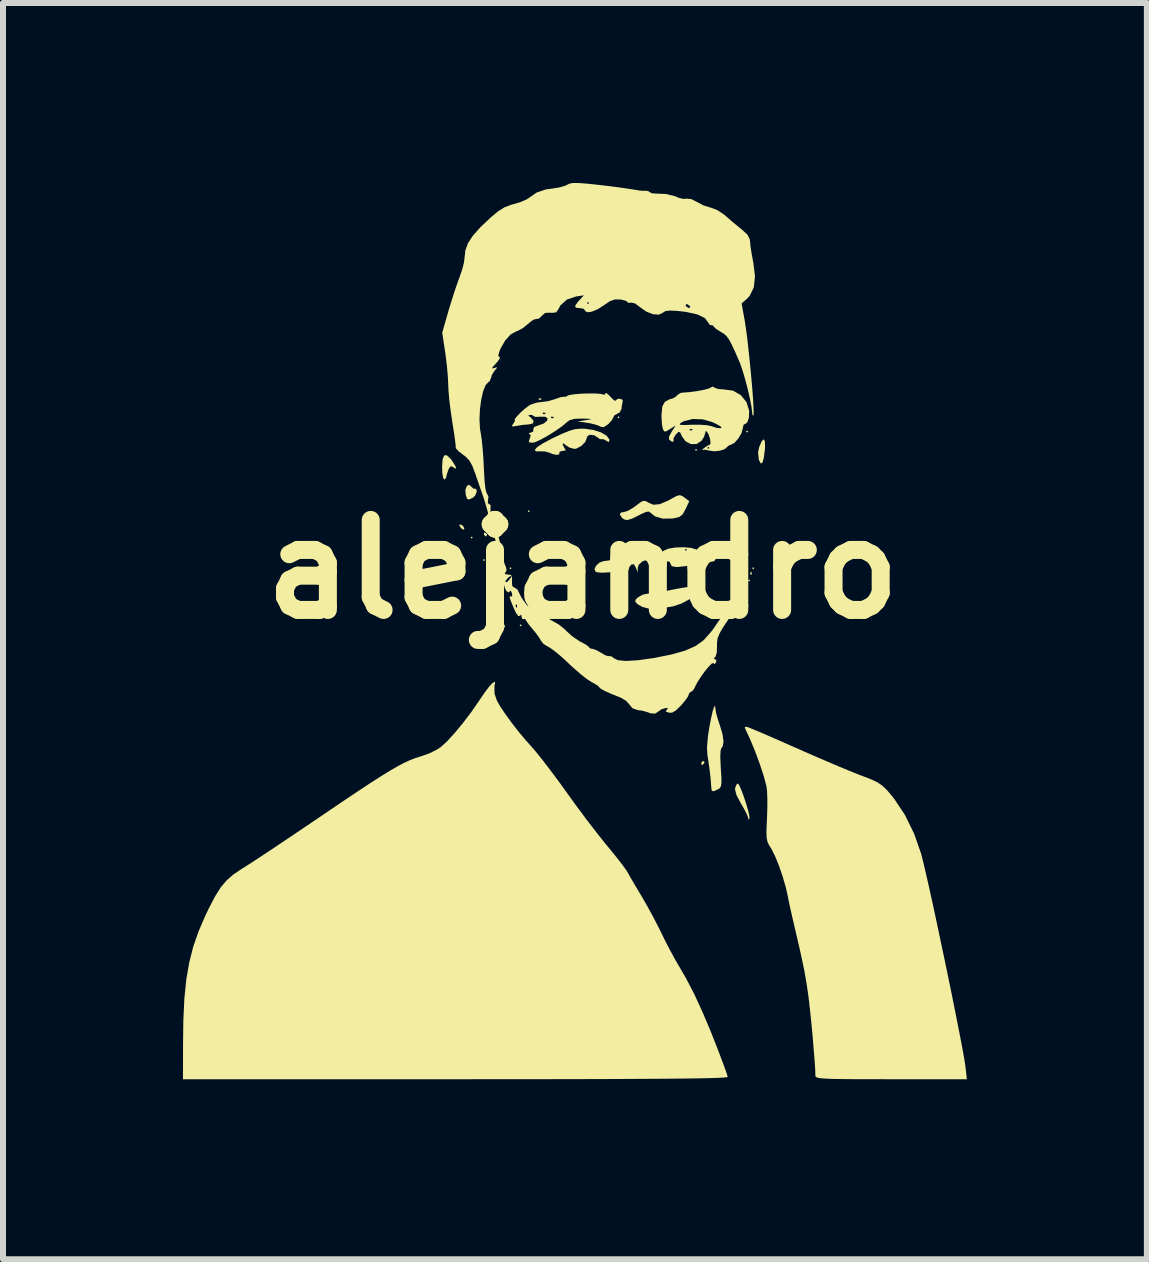
<source format=kicad_pcb>
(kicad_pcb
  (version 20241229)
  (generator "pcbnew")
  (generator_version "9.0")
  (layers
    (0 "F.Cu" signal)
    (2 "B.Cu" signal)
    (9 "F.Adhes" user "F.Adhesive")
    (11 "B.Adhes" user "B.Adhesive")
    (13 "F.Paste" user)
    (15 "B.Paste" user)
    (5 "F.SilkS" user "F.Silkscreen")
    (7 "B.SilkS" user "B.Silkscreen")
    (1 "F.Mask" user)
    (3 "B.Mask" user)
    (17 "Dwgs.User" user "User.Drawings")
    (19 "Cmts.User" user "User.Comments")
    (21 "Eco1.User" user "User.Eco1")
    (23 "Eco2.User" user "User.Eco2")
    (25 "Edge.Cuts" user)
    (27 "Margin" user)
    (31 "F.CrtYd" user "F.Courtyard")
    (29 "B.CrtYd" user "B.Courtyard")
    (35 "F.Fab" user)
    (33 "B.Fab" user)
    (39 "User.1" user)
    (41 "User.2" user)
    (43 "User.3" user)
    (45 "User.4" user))
  (footprint "alejandro"
    (layer "F.Cu")
    (at 6.665 6.438)
    (property "Reference" "alejandro" (at 0 0 0) (layer "F.SilkS") (effects (font (size 1.5 1.5) (thickness 0.3))))
    (attr board_only exclude_from_pos_files exclude_from_bom)
    (fp_poly (pts (xy -1.836 -0.527) (xy -1.853 -0.51) (xy -1.87 -0.527) (xy -1.853 -0.544)) (stroke (width 0) (type solid)) (fill yes) (layer "F.SilkS"))
    (fp_poly (pts (xy -1.632 -0.153) (xy -1.649 -0.136) (xy -1.666 -0.153) (xy -1.649 -0.17)) (stroke (width 0) (type solid)) (fill yes) (layer "F.SilkS"))
    (fp_poly (pts (xy -1.53 -0.119) (xy -1.547 -0.102) (xy -1.564 -0.119) (xy -1.547 -0.136)) (stroke (width 0) (type solid)) (fill yes) (layer "F.SilkS"))
    (fp_poly (pts (xy -1.36 -0.017) (xy -1.377 0) (xy -1.394 -0.017) (xy -1.377 -0.034)) (stroke (width 0) (type solid)) (fill yes) (layer "F.SilkS"))
    (fp_poly (pts (xy -1.19 -0.017) (xy -1.207 0) (xy -1.224 -0.017) (xy -1.207 -0.034)) (stroke (width 0) (type solid)) (fill yes) (layer "F.SilkS"))
    (fp_poly (pts (xy -1.02 0.935) (xy -1.037 0.952) (xy -1.054 0.935) (xy -1.037 0.918)) (stroke (width 0) (type solid)) (fill yes) (layer "F.SilkS"))
    (fp_poly (pts (xy -0.884 -0.969) (xy -0.901 -0.952) (xy -0.918 -0.969) (xy -0.901 -0.986)) (stroke (width 0) (type solid)) (fill yes) (layer "F.SilkS"))
    (fp_poly (pts (xy 0.612 -2.533) (xy 0.595 -2.516) (xy 0.578 -2.533) (xy 0.595 -2.55)) (stroke (width 0) (type solid)) (fill yes) (layer "F.SilkS"))
    (fp_poly (pts (xy 1.904 -1.989) (xy 1.887 -1.972) (xy 1.87 -1.989) (xy 1.887 -2.006)) (stroke (width 0) (type solid)) (fill yes) (layer "F.SilkS"))
    (fp_poly (pts (xy 2.754 -2.295) (xy 2.737 -2.278) (xy 2.72 -2.295) (xy 2.737 -2.312)) (stroke (width 0) (type solid)) (fill yes) (layer "F.SilkS"))
    (fp_poly (pts (xy 2.754 0.255) (xy 2.737 0.272) (xy 2.72 0.255) (xy 2.737 0.238)) (stroke (width 0) (type solid)) (fill yes) (layer "F.SilkS"))
    (fp_poly (pts (xy 2.788 0.187) (xy 2.771 0.204) (xy 2.754 0.187) (xy 2.771 0.17)) (stroke (width 0) (type solid)) (fill yes) (layer "F.SilkS"))
    (fp_poly (pts (xy 2.856 -0.017) (xy 2.839 0) (xy 2.822 -0.017) (xy 2.839 -0.034)) (stroke (width 0) (type solid)) (fill yes) (layer "F.SilkS"))
    (fp_poly (pts (xy -1.303 0.929) (xy -1.299 0.97) (xy -1.303 0.975) (xy -1.324 0.97) (xy -1.326 0.952) (xy -1.314 0.924)) (stroke (width 0) (type solid)) (fill yes) (layer "F.SilkS"))
    (fp_poly (pts (xy -0.691 -2.845) (xy -0.696 -2.825) (xy -0.714 -2.822) (xy -0.742 -2.835) (xy -0.737 -2.845) (xy -0.696 -2.849)) (stroke (width 0) (type solid)) (fill yes) (layer "F.SilkS"))
    (fp_poly (pts (xy 2.811 0.045) (xy 2.815 0.086) (xy 2.811 0.091) (xy 2.791 0.086) (xy 2.788 0.068) (xy 2.801 0.04)) (stroke (width 0) (type solid)) (fill yes) (layer "F.SilkS"))
    (fp_poly (pts (xy -2.002 -0.727) (xy -1.976 -0.685) (xy -1.981 -0.66) (xy -2.012 -0.669) (xy -2.039 -0.696) (xy -2.061 -0.739) (xy -2.046 -0.748)) (stroke (width 0) (type solid)) (fill yes) (layer "F.SilkS"))
    (fp_poly (pts (xy -1.6 -0.587) (xy -1.598 -0.578) (xy -1.61 -0.545) (xy -1.613 -0.544) (xy -1.642 -0.568) (xy -1.649 -0.578) (xy -1.646 -0.609) (xy -1.634 -0.612)) (stroke (width 0) (type solid)) (fill yes) (layer "F.SilkS"))
    (fp_poly (pts (xy 2.028 3.217) (xy 2.023 3.23) (xy 1.993 3.263) (xy 1.987 3.264) (xy 1.973 3.238) (xy 1.972 3.23) (xy 1.998 3.198) (xy 2.008 3.196)) (stroke (width 0) (type solid)) (fill yes) (layer "F.SilkS"))
    (fp_poly (pts (xy 3.034 -2.132) (xy 3.037 -2.036) (xy 3.034 -1.999) (xy 3.016 -1.854) (xy 2.993 -1.775) (xy 2.966 -1.763) (xy 2.936 -1.818) (xy 2.934 -1.823) (xy 2.92 -1.95) (xy 2.94 -2.038) (xy 2.982 -2.135) (xy 3.014 -2.166)) (stroke (width 0) (type solid)) (fill yes) (layer "F.SilkS"))
    (fp_poly (pts (xy -1.866 -1.385) (xy -1.862 -1.379) (xy -1.822 -1.342) (xy -1.8 -1.344) (xy -1.775 -1.333) (xy -1.768 -1.295) (xy -1.796 -1.225) (xy -1.834 -1.191) (xy -1.9 -1.161) (xy -1.931 -1.176) (xy -1.953 -1.244) (xy -1.958 -1.322) (xy -1.937 -1.382) (xy -1.903 -1.409)) (stroke (width 0) (type solid)) (fill yes) (layer "F.SilkS"))
    (fp_poly (pts (xy 2.606 3.6) (xy 2.641 3.678) (xy 2.681 3.785) (xy 2.721 3.905) (xy 2.754 4.018) (xy 2.775 4.108) (xy 2.777 4.155) (xy 2.762 4.177) (xy 2.757 4.149) (xy 2.739 4.095) (xy 2.693 4.005) (xy 2.637 3.908) (xy 2.561 3.766) (xy 2.536 3.667) (xy 2.539 3.644) (xy 2.563 3.586) (xy 2.582 3.57)) (stroke (width 0) (type solid)) (fill yes) (layer "F.SilkS"))
    (fp_poly (pts (xy -2.201 -1.836) (xy -2.178 -1.805) (xy -2.126 -1.723) (xy -2.11 -1.679) (xy -2.134 -1.681) (xy -2.159 -1.7) (xy -2.199 -1.719) (xy -2.229 -1.686) (xy -2.244 -1.651) (xy -2.269 -1.574) (xy -2.278 -1.528) (xy -2.304 -1.497) (xy -2.312 -1.496) (xy -2.33 -1.527) (xy -2.343 -1.608) (xy -2.346 -1.7) (xy -2.338 -1.832) (xy -2.311 -1.898) (xy -2.266 -1.899)) (stroke (width 0) (type solid)) (fill yes) (layer "F.SilkS"))
    (fp_poly (pts (xy 1.842 0.293) (xy 1.866 0.337) (xy 1.87 0.376) (xy 1.839 0.442) (xy 1.758 0.511) (xy 1.643 0.572) (xy 1.511 0.617) (xy 1.449 0.628) (xy 1.345 0.644) (xy 1.266 0.656) (xy 1.245 0.66) (xy 1.187 0.662) (xy 1.099 0.656) (xy 1.094 0.655) (xy 0.994 0.629) (xy 0.917 0.586) (xy 0.873 0.542) (xy 0.879 0.508) (xy 0.918 0.469) (xy 1.002 0.422) (xy 1.078 0.408) (xy 1.153 0.401) (xy 1.273 0.382) (xy 1.419 0.356) (xy 1.493 0.341) (xy 1.634 0.314) (xy 1.749 0.297) (xy 1.824 0.29)) (stroke (width 0) (type solid)) (fill yes) (layer "F.SilkS"))
    (fp_poly (pts (xy 2.21 2.32) (xy 2.21 2.332) (xy 2.222 2.4) (xy 2.251 2.503) (xy 2.278 2.584) (xy 2.327 2.745) (xy 2.345 2.871) (xy 2.331 2.954) (xy 2.312 2.976) (xy 2.296 3.021) (xy 2.291 3.128) (xy 2.298 3.291) (xy 2.299 3.314) (xy 2.309 3.463) (xy 2.31 3.559) (xy 2.302 3.615) (xy 2.283 3.648) (xy 2.251 3.669) (xy 2.18 3.701) (xy 2.148 3.691) (xy 2.14 3.631) (xy 2.14 3.63) (xy 2.13 3.495) (xy 2.111 3.328) (xy 2.087 3.163) (xy 2.077 3.108) (xy 2.069 2.971) (xy 2.086 2.777) (xy 2.107 2.64) (xy 2.138 2.48) (xy 2.165 2.362) (xy 2.188 2.292) (xy 2.203 2.276)) (stroke (width 0) (type solid)) (fill yes) (layer "F.SilkS"))
    (fp_poly (pts (xy 1.662 -1.218) (xy 1.695 -1.194) (xy 1.774 -1.134) (xy 1.711 -1.001) (xy 1.664 -0.915) (xy 1.608 -0.871) (xy 1.517 -0.849) (xy 1.496 -0.846) (xy 1.332 -0.843) (xy 1.203 -0.881) (xy 1.135 -0.936) (xy 1.105 -0.961) (xy 1.058 -0.957) (xy 0.978 -0.922) (xy 0.938 -0.901) (xy 0.82 -0.843) (xy 0.742 -0.82) (xy 0.688 -0.83) (xy 0.653 -0.857) (xy 0.615 -0.915) (xy 0.638 -0.947) (xy 0.682 -0.952) (xy 0.749 -0.973) (xy 0.839 -1.025) (xy 0.884 -1.058) (xy 0.964 -1.119) (xy 1.015 -1.142) (xy 1.059 -1.131) (xy 1.092 -1.11) (xy 1.176 -1.075) (xy 1.279 -1.084) (xy 1.412 -1.139) (xy 1.479 -1.176) (xy 1.564 -1.222) (xy 1.617 -1.235)) (stroke (width 0) (type solid)) (fill yes) (layer "F.SilkS"))
    (fp_poly (pts (xy 0.031 -2.342) (xy 0.173 -2.322) (xy 0.299 -2.282) (xy 0.394 -2.228) (xy 0.44 -2.167) (xy 0.442 -2.152) (xy 0.433 -2.118) (xy 0.396 -2.138) (xy 0.39 -2.143) (xy 0.339 -2.169) (xy 0.318 -2.166) (xy 0.282 -2.17) (xy 0.249 -2.195) (xy 0.183 -2.235) (xy 0.116 -2.241) (xy 0.073 -2.214) (xy 0.068 -2.193) (xy 0.04 -2.121) (xy -0.029 -2.052) (xy -0.111 -2.01) (xy -0.142 -2.006) (xy -0.224 -2.028) (xy -0.28 -2.065) (xy -0.326 -2.1) (xy -0.336 -2.086) (xy -0.334 -2.073) (xy -0.303 -2.012) (xy -0.289 -1.998) (xy -0.29 -1.979) (xy -0.334 -1.973) (xy -0.386 -1.96) (xy -0.391 -1.938) (xy -0.397 -1.912) (xy -0.445 -1.907) (xy -0.512 -1.922) (xy -0.552 -1.941) (xy -0.631 -1.963) (xy -0.701 -1.965) (xy -0.782 -1.965) (xy -0.801 -1.989) (xy -0.763 -2.034) (xy -0.668 -2.097) (xy -0.52 -2.176) (xy -0.489 -2.191) (xy -0.332 -2.264) (xy -0.218 -2.31) (xy -0.126 -2.335) (xy -0.04 -2.343)) (stroke (width 0) (type solid)) (fill yes) (layer "F.SilkS"))
    (fp_poly (pts (xy 1.807 -0.355) (xy 1.893 -0.329) (xy 1.976 -0.297) (xy 2.027 -0.308) (xy 2.034 -0.314) (xy 2.079 -0.33) (xy 2.14 -0.291) (xy 2.141 -0.29) (xy 2.192 -0.226) (xy 2.211 -0.167) (xy 2.191 -0.135) (xy 2.185 -0.133) (xy 2.134 -0.124) (xy 2.091 -0.113) (xy 1.993 -0.093) (xy 1.857 -0.071) (xy 1.715 -0.052) (xy 1.595 -0.039) (xy 1.556 -0.037) (xy 1.482 -0.05) (xy 1.462 -0.089) (xy 1.448 -0.124) (xy 1.393 -0.133) (xy 1.335 -0.128) (xy 1.237 -0.126) (xy 1.163 -0.14) (xy 1.156 -0.144) (xy 1.078 -0.159) (xy 0.994 -0.132) (xy 0.932 -0.075) (xy 0.916 -0.026) (xy 0.914 0.051) (xy 0.882 -0.029) (xy 0.851 -0.083) (xy 0.814 -0.08) (xy 0.799 -0.068) (xy 0.766 -0.02) (xy 0.767 0.004) (xy 0.752 0.025) (xy 0.691 0.034) (xy 0.599 0.038) (xy 0.478 0.048) (xy 0.425 0.053) (xy 0.318 0.058) (xy 0.237 0.051) (xy 0.213 0.042) (xy 0.194 -0.002) (xy 0.22 -0.059) (xy 0.276 -0.11) (xy 0.346 -0.136) (xy 0.357 -0.136) (xy 0.45 -0.149) (xy 0.533 -0.173) (xy 0.642 -0.204) (xy 0.734 -0.22) (xy 0.894 -0.24) (xy 1.04 -0.265) (xy 1.152 -0.293) (xy 1.197 -0.31) (xy 1.257 -0.32) (xy 1.276 -0.304) (xy 1.314 -0.289) (xy 1.345 -0.307) (xy 1.38 -0.323) (xy 1.7 -0.323) (xy 1.717 -0.306) (xy 1.734 -0.323) (xy 1.717 -0.34) (xy 1.7 -0.323) (xy 1.38 -0.323) (xy 1.424 -0.342) (xy 1.544 -0.362) (xy 1.68 -0.367)) (stroke (width 0) (type solid)) (fill yes) (layer "F.SilkS"))
    (fp_poly (pts (xy 2.76 2.636) (xy 2.812 2.657) (xy 2.917 2.701) (xy 3.065 2.764) (xy 3.246 2.843) (xy 3.45 2.933) (xy 3.593 2.996) (xy 3.822 3.097) (xy 4.048 3.194) (xy 4.256 3.283) (xy 4.436 3.358) (xy 4.572 3.413) (xy 4.62 3.431) (xy 4.783 3.493) (xy 4.901 3.547) (xy 4.99 3.606) (xy 5.071 3.683) (xy 5.162 3.792) (xy 5.191 3.829) (xy 5.37 4.098) (xy 5.523 4.411) (xy 5.639 4.744) (xy 5.643 4.76) (xy 5.675 4.886) (xy 5.717 5.066) (xy 5.768 5.29) (xy 5.826 5.551) (xy 5.888 5.839) (xy 5.953 6.146) (xy 6.02 6.462) (xy 6.086 6.78) (xy 6.15 7.091) (xy 6.209 7.385) (xy 6.262 7.654) (xy 6.308 7.89) (xy 6.344 8.084) (xy 6.368 8.226) (xy 6.378 8.295) (xy 6.401 8.501) (xy 5.139 8.501) (xy 4.812 8.5) (xy 4.547 8.5) (xy 4.337 8.498) (xy 4.176 8.496) (xy 4.057 8.491) (xy 3.974 8.485) (xy 3.921 8.478) (xy 3.892 8.467) (xy 3.879 8.454) (xy 3.876 8.441) (xy 3.873 8.342) (xy 3.863 8.191) (xy 3.848 8.004) (xy 3.831 7.796) (xy 3.811 7.584) (xy 3.79 7.382) (xy 3.771 7.208) (xy 3.758 7.105) (xy 3.737 6.958) (xy 3.715 6.824) (xy 3.691 6.689) (xy 3.66 6.539) (xy 3.621 6.36) (xy 3.57 6.139) (xy 3.522 5.933) (xy 3.485 5.773) (xy 3.451 5.622) (xy 3.426 5.503) (xy 3.418 5.458) (xy 3.382 5.3) (xy 3.33 5.12) (xy 3.268 4.94) (xy 3.204 4.782) (xy 3.145 4.665) (xy 3.137 4.652) (xy 3.099 4.591) (xy 3.075 4.536) (xy 3.063 4.47) (xy 3.06 4.377) (xy 3.065 4.241) (xy 3.07 4.139) (xy 3.075 3.969) (xy 3.075 3.81) (xy 3.069 3.683) (xy 3.061 3.621) (xy 3.017 3.453) (xy 2.95 3.249) (xy 2.87 3.032) (xy 2.785 2.827) (xy 2.713 2.674) (xy 2.697 2.631) (xy 2.727 2.627)) (stroke (width 0) (type solid)) (fill yes) (layer "F.SilkS"))
    (fp_poly (pts (xy -1.462 1.892) (xy -1.474 1.948) (xy -1.472 2.074) (xy -1.434 2.186) (xy -1.383 2.278) (xy -1.298 2.405) (xy -1.192 2.552) (xy -1.075 2.703) (xy -0.959 2.842) (xy -0.88 2.93) (xy -0.792 3.031) (xy -0.675 3.176) (xy -0.537 3.356) (xy -0.386 3.559) (xy -0.306 3.67) (xy -0.107 3.946) (xy 0.068 4.181) (xy 0.23 4.391) (xy 0.39 4.592) (xy 0.466 4.683) (xy 0.569 4.811) (xy 0.66 4.928) (xy 0.726 5.02) (xy 0.754 5.065) (xy 0.79 5.131) (xy 0.852 5.238) (xy 0.929 5.367) (xy 0.973 5.44) (xy 1.07 5.608) (xy 1.177 5.804) (xy 1.274 5.993) (xy 1.303 6.052) (xy 1.383 6.215) (xy 1.469 6.379) (xy 1.546 6.52) (xy 1.577 6.572) (xy 1.723 6.824) (xy 1.859 7.086) (xy 1.992 7.375) (xy 2.132 7.706) (xy 2.192 7.858) (xy 2.264 8.042) (xy 2.326 8.206) (xy 2.374 8.338) (xy 2.405 8.427) (xy 2.414 8.462) (xy 2.397 8.468) (xy 2.342 8.473) (xy 2.249 8.478) (xy 2.114 8.482) (xy 1.935 8.486) (xy 1.71 8.489) (xy 1.436 8.492) (xy 1.111 8.494) (xy 0.732 8.496) (xy 0.298 8.498) (xy -0.194 8.499) (xy -0.747 8.5) (xy -1.363 8.5) (xy -2.045 8.501) (xy -2.125 8.501) (xy -6.665 8.501) (xy -6.664 7.931) (xy -6.659 7.516) (xy -6.642 7.156) (xy -6.61 6.84) (xy -6.561 6.556) (xy -6.494 6.291) (xy -6.405 6.035) (xy -6.293 5.775) (xy -6.235 5.654) (xy -6.132 5.456) (xy -6.038 5.306) (xy -5.94 5.188) (xy -5.824 5.087) (xy -5.677 4.988) (xy -5.619 4.952) (xy -5.551 4.909) (xy -5.434 4.833) (xy -5.275 4.728) (xy -5.083 4.6) (xy -4.864 4.453) (xy -4.625 4.292) (xy -4.375 4.123) (xy -4.337 4.097) (xy -4.024 3.885) (xy -3.761 3.709) (xy -3.541 3.563) (xy -3.358 3.446) (xy -3.207 3.353) (xy -3.08 3.28) (xy -2.973 3.224) (xy -2.878 3.181) (xy -2.789 3.147) (xy -2.701 3.119) (xy -2.684 3.114) (xy -2.552 3.066) (xy -2.425 3.002) (xy -2.372 2.967) (xy -2.268 2.874) (xy -2.142 2.736) (xy -2.002 2.568) (xy -1.862 2.384) (xy -1.732 2.196) (xy -1.722 2.181) (xy -1.644 2.066) (xy -1.572 1.969) (xy -1.519 1.909) (xy -1.513 1.904) (xy -1.471 1.874)) (stroke (width 0) (type solid)) (fill yes) (layer "F.SilkS"))
    (fp_poly (pts (xy 2.19 -3.029) (xy 2.255 -3.004) (xy 2.348 -2.997) (xy 2.351 -2.997) (xy 2.505 -2.976) (xy 2.634 -2.901) (xy 2.727 -2.786) (xy 2.772 -2.643) (xy 2.768 -2.526) (xy 2.743 -2.452) (xy 2.712 -2.424) (xy 2.708 -2.425) (xy 2.678 -2.407) (xy 2.666 -2.348) (xy 2.643 -2.265) (xy 2.59 -2.177) (xy 2.525 -2.105) (xy 2.465 -2.074) (xy 2.462 -2.074) (xy 2.415 -2.051) (xy 2.409 -2.04) (xy 2.365 -2.002) (xy 2.282 -1.975) (xy 2.187 -1.966) (xy 2.113 -1.977) (xy 2.037 -1.992) (xy 1.995 -1.987) (xy 1.987 -1.989) (xy 2.021 -2.021) (xy 2.025 -2.023) (xy 2.074 -2.023) (xy 2.091 -2.006) (xy 2.108 -2.023) (xy 2.091 -2.04) (xy 2.074 -2.023) (xy 2.025 -2.023) (xy 2.082 -2.062) (xy 2.115 -2.074) (xy 2.129 -2.102) (xy 2.121 -2.168) (xy 2.096 -2.247) (xy 2.067 -2.295) (xy 2.046 -2.302) (xy 2.04 -2.272) (xy 2.02 -2.207) (xy 1.979 -2.142) (xy 1.897 -2.087) (xy 1.801 -2.086) (xy 1.711 -2.133) (xy 1.652 -2.214) (xy 1.621 -2.281) (xy 1.595 -2.29) (xy 1.553 -2.25) (xy 1.55 -2.247) (xy 1.512 -2.186) (xy 1.512 -2.145) (xy 1.509 -2.123) (xy 1.481 -2.129) (xy 1.437 -2.16) (xy 1.437 -2.212) (xy 1.484 -2.299) (xy 1.488 -2.305) (xy 1.507 -2.335) (xy 1.779 -2.335) (xy 1.784 -2.315) (xy 1.802 -2.312) (xy 1.83 -2.325) (xy 1.825 -2.335) (xy 1.784 -2.339) (xy 1.779 -2.335) (xy 1.507 -2.335) (xy 1.547 -2.397) (xy 1.453 -2.336) (xy 1.388 -2.298) (xy 1.356 -2.297) (xy 1.335 -2.335) (xy 1.334 -2.336) (xy 1.32 -2.404) (xy 1.319 -2.418) (xy 1.611 -2.418) (xy 1.629 -2.406) (xy 1.697 -2.404) (xy 1.815 -2.408) (xy 1.949 -2.409) (xy 2.067 -2.401) (xy 2.142 -2.385) (xy 2.238 -2.354) (xy 2.299 -2.351) (xy 2.312 -2.365) (xy 2.284 -2.388) (xy 2.212 -2.427) (xy 2.154 -2.454) (xy 1.995 -2.499) (xy 1.83 -2.504) (xy 1.686 -2.468) (xy 1.634 -2.44) (xy 1.611 -2.418) (xy 1.319 -2.418) (xy 1.312 -2.511) (xy 1.311 -2.579) (xy 1.324 -2.712) (xy 1.368 -2.792) (xy 1.45 -2.835) (xy 1.493 -2.844) (xy 1.553 -2.878) (xy 1.568 -2.896) (xy 1.623 -2.937) (xy 1.657 -2.943) (xy 1.776 -2.952) (xy 1.903 -2.969) (xy 2.018 -2.99) (xy 2.103 -3.013) (xy 2.142 -3.033) (xy 2.142 -3.035) (xy 2.162 -3.046)) (stroke (width 0) (type solid)) (fill yes) (layer "F.SilkS"))
    (fp_poly (pts (xy 0.439 -2.898) (xy 0.459 -2.876) (xy 0.512 -2.822) (xy 0.542 -2.805) (xy 0.544 -2.81) (xy 0.573 -2.836) (xy 0.613 -2.842) (xy 0.663 -2.825) (xy 0.664 -2.795) (xy 0.649 -2.722) (xy 0.646 -2.68) (xy 0.617 -2.615) (xy 0.578 -2.594) (xy 0.523 -2.563) (xy 0.51 -2.535) (xy 0.486 -2.487) (xy 0.429 -2.424) (xy 0.422 -2.418) (xy 0.35 -2.369) (xy 0.299 -2.373) (xy 0.292 -2.378) (xy 0.234 -2.404) (xy 0.137 -2.429) (xy 0.082 -2.439) (xy -0.085 -2.464) (xy 0.051 -2.485) (xy 0.122 -2.497) (xy 0.138 -2.504) (xy 0.095 -2.508) (xy -0.006 -2.511) (xy -0.138 -2.507) (xy -0.221 -2.484) (xy -0.259 -2.457) (xy -0.341 -2.387) (xy -0.453 -2.308) (xy -0.577 -2.23) (xy -0.695 -2.164) (xy -0.791 -2.12) (xy -0.839 -2.108) (xy -0.896 -2.116) (xy -0.897 -2.151) (xy -0.886 -2.173) (xy -0.869 -2.232) (xy -0.893 -2.256) (xy -0.902 -2.27) (xy -0.872 -2.275) (xy -0.826 -2.296) (xy -0.827 -2.325) (xy -0.814 -2.369) (xy -0.754 -2.393) (xy -0.654 -2.428) (xy -0.597 -2.473) (xy -0.587 -2.515) (xy -0.622 -2.539) (xy -0.533 -2.539) (xy -0.528 -2.519) (xy -0.51 -2.516) (xy -0.482 -2.529) (xy -0.487 -2.539) (xy -0.528 -2.543) (xy -0.533 -2.539) (xy -0.622 -2.539) (xy -0.627 -2.542) (xy -0.718 -2.542) (xy -0.788 -2.539) (xy -0.816 -2.55) (xy -0.844 -2.57) (xy -0.872 -2.573) (xy -0.909 -2.569) (xy -0.891 -2.546) (xy -0.872 -2.532) (xy -0.821 -2.475) (xy -0.832 -2.431) (xy -0.897 -2.414) (xy -0.988 -2.407) (xy -1.092 -2.391) (xy -1.166 -2.38) (xy -1.185 -2.389) (xy -1.16 -2.425) (xy -1.132 -2.47) (xy -1.135 -2.482) (xy -1.135 -2.502) (xy -1.097 -2.55) (xy -1.042 -2.607) (xy -0.669 -2.607) (xy -0.664 -2.587) (xy -0.646 -2.584) (xy -0.618 -2.597) (xy -0.623 -2.607) (xy -0.664 -2.611) (xy -0.669 -2.607) (xy -1.042 -2.607) (xy -1.036 -2.614) (xy -0.965 -2.677) (xy -0.899 -2.727) (xy -0.877 -2.741) (xy -0.772 -2.776) (xy -0.681 -2.788) (xy -0.577 -2.802) (xy -0.464 -2.835) (xy -0.454 -2.839) (xy -0.37 -2.868) (xy -0.312 -2.875) (xy -0.305 -2.873) (xy -0.27 -2.88) (xy -0.266 -2.887) (xy -0.229 -2.903) (xy -0.144 -2.916) (xy -0.029 -2.926) (xy 0.096 -2.93) (xy 0.211 -2.929) (xy 0.298 -2.922) (xy 0.332 -2.913) (xy 0.369 -2.91) (xy 0.374 -2.931) (xy 0.393 -2.937)) (stroke (width 0) (type solid)) (fill yes) (layer "F.SilkS"))
    (fp_poly (pts (xy -1.476 -0.751) (xy -1.444 -0.67) (xy -1.408 -0.553) (xy -1.374 -0.418) (xy -1.346 -0.28) (xy -1.34 -0.238) (xy -1.319 -0.136) (xy -1.293 -0.059) (xy -1.283 -0.043) (xy -1.271 0.018) (xy -1.287 0.045) (xy -1.302 0.079) (xy -1.26 0.088) (xy -1.249 0.088) (xy -1.197 0.096) (xy -1.18 0.138) (xy -1.182 0.196) (xy -1.177 0.28) (xy -1.143 0.306) (xy -1.094 0.334) (xy -1.076 0.366) (xy -1.023 0.474) (xy -0.943 0.586) (xy -0.927 0.605) (xy -0.893 0.633) (xy -0.884 0.605) (xy -0.884 0.6) (xy -0.907 0.536) (xy -0.938 0.495) (xy -0.976 0.428) (xy -0.98 0.384) (xy -0.967 0.345) (xy -0.942 0.36) (xy -0.918 0.388) (xy -0.86 0.454) (xy -0.784 0.535) (xy -0.774 0.545) (xy -0.713 0.615) (xy -0.682 0.669) (xy -0.68 0.677) (xy -0.658 0.712) (xy -0.648 0.714) (xy -0.613 0.742) (xy -0.596 0.779) (xy -0.551 0.837) (xy -0.478 0.878) (xy -0.395 0.925) (xy -0.302 1.001) (xy -0.275 1.029) (xy -0.175 1.119) (xy -0.06 1.197) (xy -0.034 1.211) (xy 0.048 1.255) (xy 0.096 1.291) (xy 0.102 1.301) (xy 0.13 1.323) (xy 0.156 1.326) (xy 0.219 1.345) (xy 0.301 1.391) (xy 0.309 1.396) (xy 0.382 1.438) (xy 0.433 1.449) (xy 0.438 1.448) (xy 0.481 1.454) (xy 0.51 1.479) (xy 0.582 1.516) (xy 0.718 1.529) (xy 0.915 1.517) (xy 1.175 1.481) (xy 1.199 1.477) (xy 1.482 1.42) (xy 1.706 1.356) (xy 1.876 1.281) (xy 2.001 1.193) (xy 2.034 1.16) (xy 2.108 1.077) (xy 2.158 1.017) (xy 2.203 0.953) (xy 2.249 0.884) (xy 2.315 0.793) (xy 2.376 0.717) (xy 2.427 0.649) (xy 2.448 0.599) (xy 2.448 0.598) (xy 2.433 0.589) (xy 2.414 0.612) (xy 2.387 0.638) (xy 2.381 0.622) (xy 2.407 0.579) (xy 2.472 0.528) (xy 2.482 0.522) (xy 2.551 0.47) (xy 2.584 0.422) (xy 2.584 0.418) (xy 2.605 0.377) (xy 2.618 0.374) (xy 2.646 0.345) (xy 2.655 0.298) (xy 2.659 0.245) (xy 2.671 0.257) (xy 2.684 0.289) (xy 2.694 0.339) (xy 2.682 0.402) (xy 2.645 0.487) (xy 2.578 0.604) (xy 2.475 0.762) (xy 2.421 0.843) (xy 2.332 0.978) (xy 2.276 1.075) (xy 2.246 1.151) (xy 2.236 1.223) (xy 2.236 1.284) (xy 2.232 1.394) (xy 2.21 1.46) (xy 2.201 1.468) (xy 2.177 1.491) (xy 2.201 1.496) (xy 2.226 1.521) (xy 2.221 1.55) (xy 2.196 1.582) (xy 2.176 1.564) (xy 2.149 1.572) (xy 2.097 1.624) (xy 2.031 1.704) (xy 1.963 1.799) (xy 1.903 1.895) (xy 1.862 1.976) (xy 1.861 1.981) (xy 1.826 2.031) (xy 1.803 2.04) (xy 1.771 2.067) (xy 1.768 2.083) (xy 1.747 2.13) (xy 1.691 2.206) (xy 1.638 2.268) (xy 1.552 2.353) (xy 1.488 2.391) (xy 1.431 2.391) (xy 1.382 2.37) (xy 1.395 2.345) (xy 1.4 2.342) (xy 1.422 2.319) (xy 1.383 2.313) (xy 1.309 2.335) (xy 1.27 2.363) (xy 1.207 2.406) (xy 1.13 2.402) (xy 1.071 2.38) (xy 0.982 2.356) (xy 0.915 2.349) (xy 0.824 2.315) (xy 0.783 2.263) (xy 0.72 2.193) (xy 0.633 2.141) (xy 0.484 2.082) (xy 0.366 2.029) (xy 0.292 1.987) (xy 0.272 1.965) (xy 0.244 1.937) (xy 0.175 1.896) (xy 0.149 1.883) (xy 0.072 1.834) (xy -0.035 1.75) (xy -0.156 1.645) (xy -0.227 1.579) (xy -0.344 1.47) (xy -0.454 1.377) (xy -0.542 1.312) (xy -0.579 1.292) (xy -0.655 1.246) (xy -0.696 1.195) (xy -0.729 1.138) (xy -0.79 1.055) (xy -0.834 1.003) (xy -0.9 0.922) (xy -0.943 0.861) (xy -0.952 0.84) (xy -0.973 0.827) (xy -0.986 0.833) (xy -1.014 0.824) (xy -1.021 0.793) (xy -1.028 0.754) (xy -1.049 0.776) (xy -1.076 0.781) (xy -1.115 0.727) (xy -1.151 0.65) (xy -1.167 0.612) (xy -1.122 0.612) (xy -1.11 0.64) (xy -1.099 0.635) (xy -1.095 0.594) (xy -1.099 0.589) (xy -1.12 0.594) (xy -1.122 0.612) (xy -1.167 0.612) (xy -1.199 0.534) (xy -1.22 0.47) (xy -1.216 0.448) (xy -1.193 0.457) (xy -1.177 0.445) (xy -1.182 0.4) (xy -1.202 0.358) (xy -1.216 0.366) (xy -1.239 0.387) (xy -1.277 0.36) (xy -1.306 0.297) (xy -1.323 0.211) (xy -1.292 0.211) (xy -1.273 0.217) (xy -1.241 0.192) (xy -1.2 0.141) (xy -1.19 0.117) (xy -1.211 0.116) (xy -1.241 0.136) (xy -1.284 0.186) (xy -1.292 0.211) (xy -1.323 0.211) (xy -1.329 0.181) (xy -1.342 0.051) (xy -1.37 -0.162) (xy -1.422 -0.377) (xy -1.444 -0.447) (xy -1.498 -0.604) (xy -1.525 -0.708) (xy -1.525 -0.765) (xy -1.501 -0.782) (xy -1.501 -0.782)) (stroke (width 0) (type solid)) (fill yes) (layer "F.SilkS"))
    (fp_poly (pts (xy 0.045 -6.429) (xy 0.224 -6.411) (xy 0.238 -6.409) (xy 0.421 -6.388) (xy 0.599 -6.365) (xy 0.75 -6.343) (xy 0.847 -6.328) (xy 0.953 -6.311) (xy 1.031 -6.306) (xy 1.057 -6.309) (xy 1.096 -6.301) (xy 1.106 -6.289) (xy 1.153 -6.266) (xy 1.234 -6.26) (xy 1.236 -6.261) (xy 1.388 -6.254) (xy 1.541 -6.216) (xy 1.603 -6.189) (xy 1.681 -6.172) (xy 1.729 -6.177) (xy 1.81 -6.169) (xy 1.902 -6.122) (xy 2.01 -6.065) (xy 2.125 -6.029) (xy 2.127 -6.029) (xy 2.239 -5.987) (xy 2.36 -5.907) (xy 2.384 -5.886) (xy 2.494 -5.79) (xy 2.612 -5.693) (xy 2.652 -5.661) (xy 2.744 -5.576) (xy 2.783 -5.497) (xy 2.787 -5.464) (xy 2.794 -5.385) (xy 2.813 -5.263) (xy 2.838 -5.126) (xy 2.841 -5.116) (xy 2.869 -4.885) (xy 2.85 -4.7) (xy 2.782 -4.558) (xy 2.729 -4.502) (xy 2.646 -4.43) (xy 2.698 -4.145) (xy 2.717 -4.02) (xy 2.739 -3.858) (xy 2.76 -3.669) (xy 2.782 -3.465) (xy 2.802 -3.257) (xy 2.82 -3.058) (xy 2.834 -2.877) (xy 2.843 -2.727) (xy 2.847 -2.618) (xy 2.844 -2.563) (xy 2.843 -2.559) (xy 2.827 -2.571) (xy 2.822 -2.611) (xy 2.812 -2.703) (xy 2.786 -2.839) (xy 2.749 -3) (xy 2.705 -3.167) (xy 2.66 -3.319) (xy 2.619 -3.437) (xy 2.613 -3.451) (xy 2.536 -3.627) (xy 2.478 -3.751) (xy 2.432 -3.835) (xy 2.391 -3.89) (xy 2.347 -3.928) (xy 2.296 -3.958) (xy 2.22 -4.006) (xy 2.179 -4.046) (xy 2.176 -4.054) (xy 2.155 -4.07) (xy 2.145 -4.065) (xy 2.111 -4.075) (xy 2.093 -4.108) (xy 2.033 -4.187) (xy 1.909 -4.247) (xy 1.72 -4.289) (xy 1.582 -4.305) (xy 1.454 -4.312) (xy 1.376 -4.303) (xy 1.332 -4.275) (xy 1.332 -4.274) (xy 1.266 -4.243) (xy 1.168 -4.251) (xy 1.058 -4.294) (xy 0.956 -4.366) (xy 0.95 -4.371) (xy 0.912 -4.399) (xy 1.712 -4.399) (xy 1.717 -4.386) (xy 1.762 -4.354) (xy 1.772 -4.352) (xy 1.791 -4.373) (xy 1.785 -4.386) (xy 1.74 -4.419) (xy 1.73 -4.42) (xy 1.712 -4.399) (xy 0.912 -4.399) (xy 0.869 -4.431) (xy 0.805 -4.444) (xy 0.801 -4.443) (xy 0.756 -4.439) (xy 0.748 -4.452) (xy 0.718 -4.474) (xy 0.644 -4.493) (xy 0.622 -4.496) (xy 0.532 -4.496) (xy 0.451 -4.468) (xy 0.351 -4.4) (xy 0.347 -4.397) (xy 0.245 -4.333) (xy 0.149 -4.293) (xy 0.074 -4.283) (xy 0.036 -4.306) (xy 0.034 -4.318) (xy 0.005 -4.344) (xy -0.051 -4.352) (xy -0.117 -4.36) (xy -0.129 -4.389) (xy -0.097 -4.437) (xy 0.068 -4.437) (xy 0.085 -4.42) (xy 0.102 -4.437) (xy 0.085 -4.454) (xy 0.068 -4.437) (xy -0.097 -4.437) (xy -0.089 -4.449) (xy -0.06 -4.482) (xy 0.017 -4.566) (xy -0.115 -4.546) (xy -0.265 -4.495) (xy -0.372 -4.4) (xy -0.409 -4.332) (xy -0.445 -4.282) (xy -0.513 -4.273) (xy -0.539 -4.276) (xy -0.627 -4.273) (xy -0.683 -4.225) (xy -0.684 -4.223) (xy -0.733 -4.177) (xy -0.77 -4.172) (xy -0.82 -4.161) (xy -0.89 -4.111) (xy -0.917 -4.086) (xy -1.005 -4.016) (xy -1.095 -3.969) (xy -1.113 -3.963) (xy -1.204 -3.913) (xy -1.295 -3.812) (xy -1.373 -3.676) (xy -1.391 -3.63) (xy -1.41 -3.56) (xy -1.392 -3.537) (xy -1.387 -3.536) (xy -1.383 -3.515) (xy -1.42 -3.462) (xy -1.447 -3.432) (xy -1.503 -3.37) (xy -1.511 -3.346) (xy -1.479 -3.353) (xy -1.433 -3.367) (xy -1.437 -3.35) (xy -1.471 -3.31) (xy -1.516 -3.239) (xy -1.53 -3.189) (xy -1.555 -3.132) (xy -1.575 -3.118) (xy -1.621 -3.068) (xy -1.662 -2.966) (xy -1.694 -2.827) (xy -1.715 -2.667) (xy -1.723 -2.502) (xy -1.715 -2.348) (xy -1.703 -2.276) (xy -1.686 -2.165) (xy -1.67 -2.009) (xy -1.657 -1.83) (xy -1.65 -1.686) (xy -1.64 -1.494) (xy -1.626 -1.355) (xy -1.607 -1.274) (xy -1.596 -1.257) (xy -1.573 -1.208) (xy -1.58 -1.16) (xy -1.584 -1.101) (xy -1.562 -1.088) (xy -1.536 -1.062) (xy -1.539 -1.025) (xy -1.538 -0.944) (xy -1.525 -0.908) (xy -1.513 -0.855) (xy -1.523 -0.838) (xy -1.546 -0.857) (xy -1.576 -0.925) (xy -1.592 -0.98) (xy -1.626 -1.1) (xy -1.661 -1.211) (xy -1.671 -1.241) (xy -1.701 -1.325) (xy -1.743 -1.447) (xy -1.789 -1.581) (xy -1.79 -1.585) (xy -1.842 -1.722) (xy -1.892 -1.813) (xy -1.954 -1.877) (xy -1.999 -1.91) (xy -2.074 -1.968) (xy -2.115 -2.015) (xy -2.119 -2.028) (xy -2.121 -2.074) (xy -2.133 -2.172) (xy -2.153 -2.308) (xy -2.178 -2.468) (xy -2.178 -2.468) (xy -2.205 -2.65) (xy -2.227 -2.83) (xy -2.24 -2.986) (xy -2.244 -3.077) (xy -2.25 -3.205) (xy -2.264 -3.371) (xy -2.285 -3.547) (xy -2.294 -3.611) (xy -2.344 -3.942) (xy -2.244 -4.293) (xy -2.191 -4.467) (xy -2.134 -4.645) (xy -2.081 -4.799) (xy -2.058 -4.861) (xy -2.013 -4.99) (xy -1.982 -5.11) (xy -1.972 -5.188) (xy -1.959 -5.313) (xy -1.916 -5.432) (xy -1.836 -5.556) (xy -1.712 -5.696) (xy -1.544 -5.856) (xy -1.414 -5.965) (xy -1.304 -6.034) (xy -1.191 -6.076) (xy -1.153 -6.086) (xy -1.036 -6.121) (xy -0.939 -6.164) (xy -0.901 -6.188) (xy -0.77 -6.279) (xy -0.618 -6.33) (xy -0.503 -6.346) (xy -0.387 -6.365) (xy -0.29 -6.394) (xy -0.26 -6.409) (xy -0.22 -6.428) (xy -0.164 -6.438) (xy -0.08 -6.438)) (stroke (width 0) (type solid)) (fill yes) (layer "F.SilkS")))
  (gr_rect
    (start -3 -3)
    (end 16.066 17.939)
    (stroke (width 0.1) (type default))
    (fill no)
    (layer "Edge.Cuts")))
</source>
